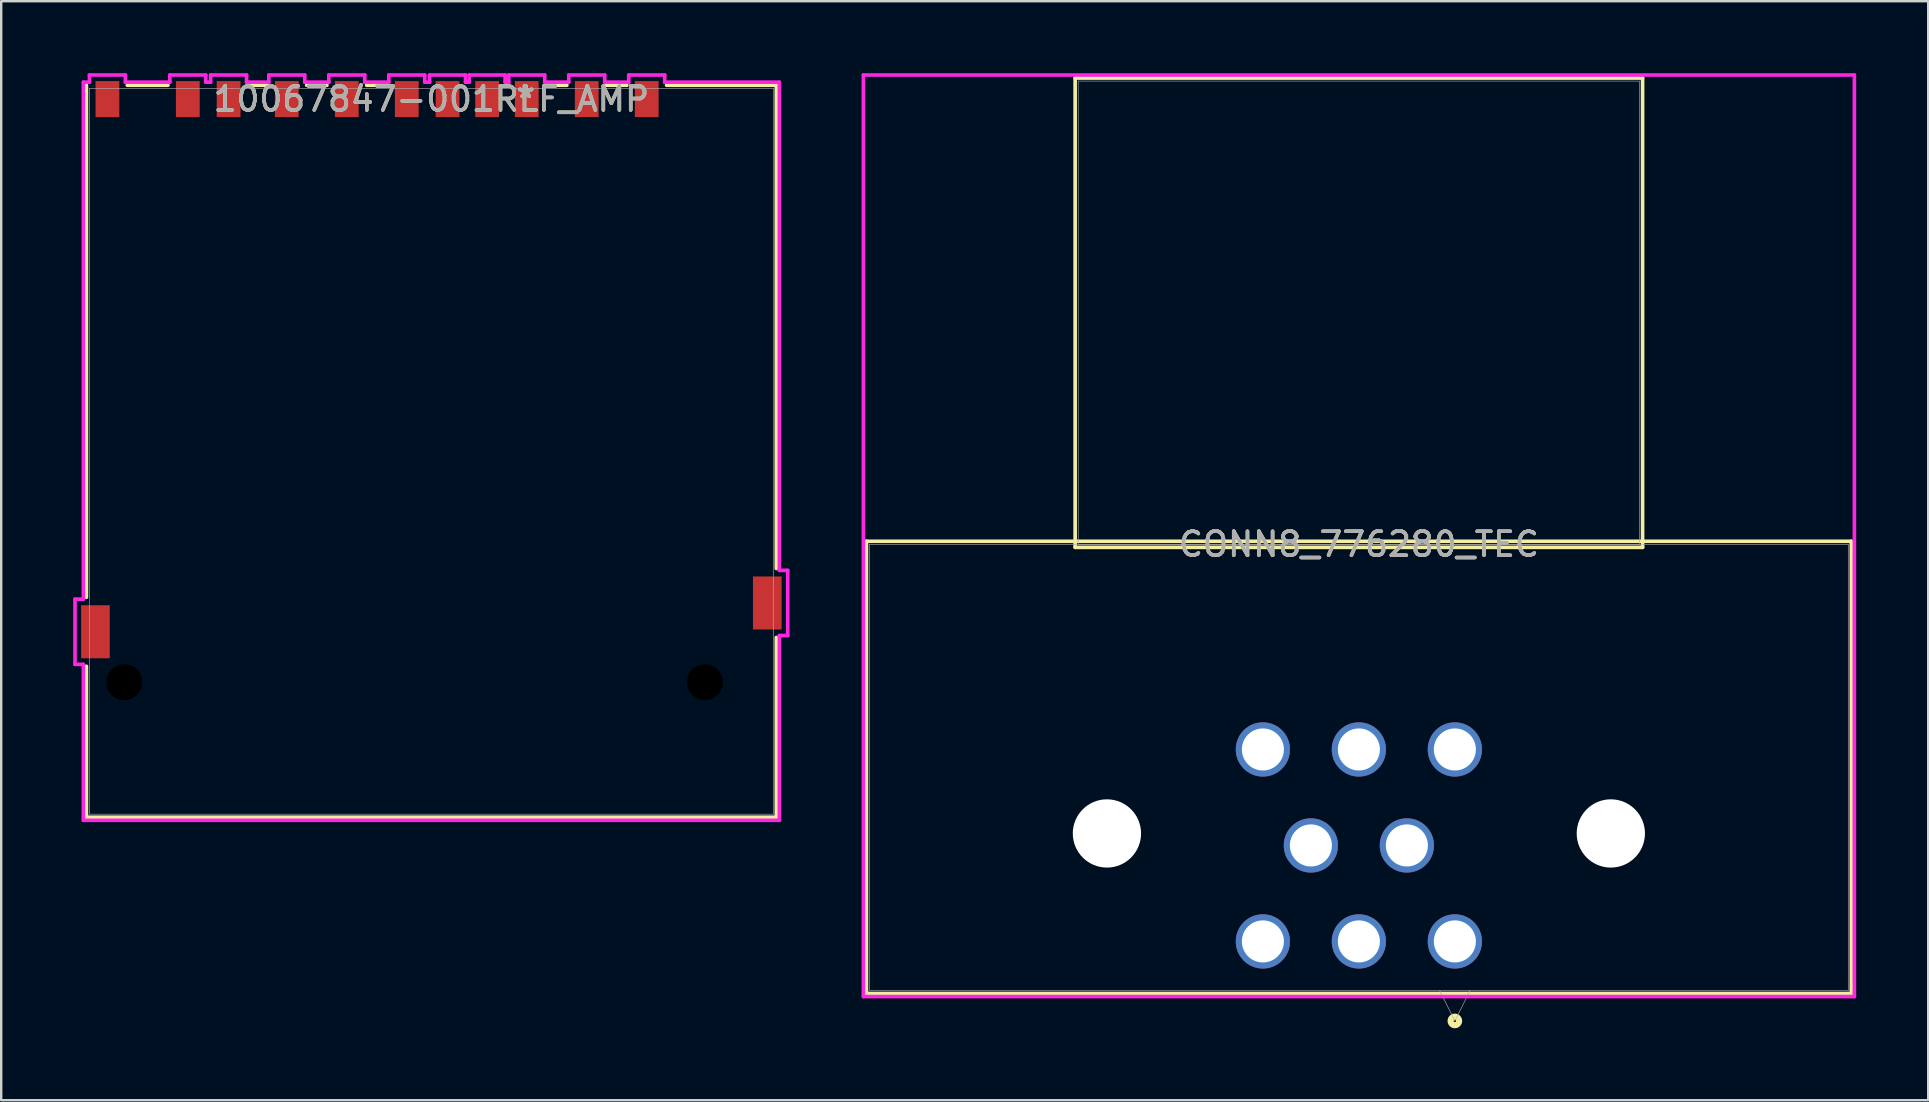
<source format=kicad_pcb>
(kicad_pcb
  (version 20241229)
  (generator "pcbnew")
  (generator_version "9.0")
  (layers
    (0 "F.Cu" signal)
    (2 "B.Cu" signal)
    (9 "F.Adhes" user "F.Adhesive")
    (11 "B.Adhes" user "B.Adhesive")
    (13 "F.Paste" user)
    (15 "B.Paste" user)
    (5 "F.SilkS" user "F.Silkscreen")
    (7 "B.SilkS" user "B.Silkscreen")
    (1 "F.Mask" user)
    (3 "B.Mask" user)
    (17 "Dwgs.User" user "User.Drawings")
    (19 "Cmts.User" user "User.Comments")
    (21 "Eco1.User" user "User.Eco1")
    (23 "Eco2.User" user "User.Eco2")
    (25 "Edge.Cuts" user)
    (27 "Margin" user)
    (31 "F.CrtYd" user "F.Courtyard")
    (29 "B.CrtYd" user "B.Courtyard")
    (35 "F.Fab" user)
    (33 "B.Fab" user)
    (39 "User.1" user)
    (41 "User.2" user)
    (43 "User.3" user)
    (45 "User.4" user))
  (footprint "10067847-001RLF_AMP"
    (layer "F.Cu")
    (at 14.927 15.755)
    (property "Reference" "10067847-001RLF_AMP" (at 0 -14.676 0) (unlocked yes) (layer "F.SilkS") (effects (font (size 1 1) (thickness 0.15))))
    (attr smd)
    (fp_line (start -14.376 -15.253) (end -14.376 6.087) (stroke (width 0.152) (type solid)) (layer "F.SilkS"))
    (fp_line (start -14.376 8.962) (end -14.376 15.253) (stroke (width 0.152) (type solid)) (layer "F.SilkS"))
    (fp_line (start -14.376 15.253) (end 14.376 15.253) (stroke (width 0.152) (type solid)) (layer "F.SilkS"))
    (fp_line (start -10.978 -15.253) (end -12.672 -15.253) (stroke (width 0.152) (type solid)) (layer "F.SilkS"))
    (fp_line (start -6.853 -15.253) (end -7.622 -15.253) (stroke (width 0.152) (type solid)) (layer "F.SilkS"))
    (fp_line (start -4.353 -15.253) (end -5.197 -15.253) (stroke (width 0.152) (type solid)) (layer "F.SilkS"))
    (fp_line (start -1.853 -15.253) (end -2.697 -15.253) (stroke (width 0.152) (type solid)) (layer "F.SilkS"))
    (fp_line (start 5.647 -15.253) (end 4.803 -15.253) (stroke (width 0.152) (type solid)) (layer "F.SilkS"))
    (fp_line (start 8.147 -15.253) (end 7.303 -15.253) (stroke (width 0.152) (type solid)) (layer "F.SilkS"))
    (fp_line (start 14.376 -15.253) (end 9.803 -15.253) (stroke (width 0.152) (type solid)) (layer "F.SilkS"))
    (fp_line (start 14.376 4.887) (end 14.376 -15.253) (stroke (width 0.152) (type solid)) (layer "F.SilkS"))
    (fp_line (start 14.376 15.253) (end 14.376 7.762) (stroke (width 0.152) (type solid)) (layer "F.SilkS"))
    (fp_line (start -14.851 6.165) (end -14.851 8.883) (stroke (width 0.152) (type solid)) (layer "F.CrtYd"))
    (fp_line (start -14.851 8.883) (end -14.503 8.883) (stroke (width 0.152) (type solid)) (layer "F.CrtYd"))
    (fp_line (start -14.503 -15.38) (end -14.503 6.165) (stroke (width 0.152) (type solid)) (layer "F.CrtYd"))
    (fp_line (start -14.503 6.165) (end -14.851 6.165) (stroke (width 0.152) (type solid)) (layer "F.CrtYd"))
    (fp_line (start -14.503 8.883) (end -14.503 15.38) (stroke (width 0.152) (type solid)) (layer "F.CrtYd"))
    (fp_line (start -14.503 15.38) (end 14.503 15.38) (stroke (width 0.152) (type solid)) (layer "F.CrtYd"))
    (fp_line (start -14.249 -15.679) (end -14.249 -15.38) (stroke (width 0.152) (type solid)) (layer "F.CrtYd"))
    (fp_line (start -14.249 -15.38) (end -14.503 -15.38) (stroke (width 0.152) (type solid)) (layer "F.CrtYd"))
    (fp_line (start -12.751 -15.679) (end -14.249 -15.679) (stroke (width 0.152) (type solid)) (layer "F.CrtYd"))
    (fp_line (start -12.751 -15.38) (end -12.751 -15.679) (stroke (width 0.152) (type solid)) (layer "F.CrtYd"))
    (fp_line (start -10.899 -15.679) (end -10.899 -15.38) (stroke (width 0.152) (type solid)) (layer "F.CrtYd"))
    (fp_line (start -10.899 -15.38) (end -12.751 -15.38) (stroke (width 0.152) (type solid)) (layer "F.CrtYd"))
    (fp_line (start -9.401 -15.679) (end -10.899 -15.679) (stroke (width 0.152) (type solid)) (layer "F.CrtYd"))
    (fp_line (start -9.401 -15.38) (end -9.401 -15.679) (stroke (width 0.152) (type solid)) (layer "F.CrtYd"))
    (fp_line (start -9.199 -15.679) (end -9.199 -15.38) (stroke (width 0.152) (type solid)) (layer "F.CrtYd"))
    (fp_line (start -9.199 -15.38) (end -9.401 -15.38) (stroke (width 0.152) (type solid)) (layer "F.CrtYd"))
    (fp_line (start -7.701 -15.679) (end -9.199 -15.679) (stroke (width 0.152) (type solid)) (layer "F.CrtYd"))
    (fp_line (start -7.701 -15.38) (end -7.701 -15.679) (stroke (width 0.152) (type solid)) (layer "F.CrtYd"))
    (fp_line (start -6.774 -15.679) (end -6.774 -15.38) (stroke (width 0.152) (type solid)) (layer "F.CrtYd"))
    (fp_line (start -6.774 -15.38) (end -7.701 -15.38) (stroke (width 0.152) (type solid)) (layer "F.CrtYd"))
    (fp_line (start -5.276 -15.679) (end -6.774 -15.679) (stroke (width 0.152) (type solid)) (layer "F.CrtYd"))
    (fp_line (start -5.276 -15.38) (end -5.276 -15.679) (stroke (width 0.152) (type solid)) (layer "F.CrtYd"))
    (fp_line (start -4.274 -15.679) (end -4.274 -15.38) (stroke (width 0.152) (type solid)) (layer "F.CrtYd"))
    (fp_line (start -4.274 -15.38) (end -5.276 -15.38) (stroke (width 0.152) (type solid)) (layer "F.CrtYd"))
    (fp_line (start -2.776 -15.679) (end -4.274 -15.679) (stroke (width 0.152) (type solid)) (layer "F.CrtYd"))
    (fp_line (start -2.776 -15.38) (end -2.776 -15.679) (stroke (width 0.152) (type solid)) (layer "F.CrtYd"))
    (fp_line (start -1.774 -15.679) (end -1.774 -15.38) (stroke (width 0.152) (type solid)) (layer "F.CrtYd"))
    (fp_line (start -1.774 -15.38) (end -2.776 -15.38) (stroke (width 0.152) (type solid)) (layer "F.CrtYd"))
    (fp_line (start -0.276 -15.679) (end -1.774 -15.679) (stroke (width 0.152) (type solid)) (layer "F.CrtYd"))
    (fp_line (start -0.276 -15.38) (end -0.276 -15.679) (stroke (width 0.152) (type solid)) (layer "F.CrtYd"))
    (fp_line (start -0.074 -15.679) (end -0.074 -15.38) (stroke (width 0.152) (type solid)) (layer "F.CrtYd"))
    (fp_line (start -0.074 -15.38) (end -0.276 -15.38) (stroke (width 0.152) (type solid)) (layer "F.CrtYd"))
    (fp_line (start 1.424 -15.679) (end -0.074 -15.679) (stroke (width 0.152) (type solid)) (layer "F.CrtYd"))
    (fp_line (start 1.424 -15.38) (end 1.424 -15.679) (stroke (width 0.152) (type solid)) (layer "F.CrtYd"))
    (fp_line (start 1.576 -15.679) (end 1.576 -15.38) (stroke (width 0.152) (type solid)) (layer "F.CrtYd"))
    (fp_line (start 1.576 -15.38) (end 1.424 -15.38) (stroke (width 0.152) (type solid)) (layer "F.CrtYd"))
    (fp_line (start 3.074 -15.679) (end 1.576 -15.679) (stroke (width 0.152) (type solid)) (layer "F.CrtYd"))
    (fp_line (start 3.074 -15.38) (end 3.074 -15.679) (stroke (width 0.152) (type solid)) (layer "F.CrtYd"))
    (fp_line (start 3.226 -15.679) (end 3.226 -15.38) (stroke (width 0.152) (type solid)) (layer "F.CrtYd"))
    (fp_line (start 3.226 -15.38) (end 3.074 -15.38) (stroke (width 0.152) (type solid)) (layer "F.CrtYd"))
    (fp_line (start 4.724 -15.679) (end 3.226 -15.679) (stroke (width 0.152) (type solid)) (layer "F.CrtYd"))
    (fp_line (start 4.724 -15.38) (end 4.724 -15.679) (stroke (width 0.152) (type solid)) (layer "F.CrtYd"))
    (fp_line (start 5.726 -15.679) (end 5.726 -15.38) (stroke (width 0.152) (type solid)) (layer "F.CrtYd"))
    (fp_line (start 5.726 -15.38) (end 4.724 -15.38) (stroke (width 0.152) (type solid)) (layer "F.CrtYd"))
    (fp_line (start 7.224 -15.679) (end 5.726 -15.679) (stroke (width 0.152) (type solid)) (layer "F.CrtYd"))
    (fp_line (start 7.224 -15.38) (end 7.224 -15.679) (stroke (width 0.152) (type solid)) (layer "F.CrtYd"))
    (fp_line (start 8.226 -15.679) (end 8.226 -15.38) (stroke (width 0.152) (type solid)) (layer "F.CrtYd"))
    (fp_line (start 8.226 -15.38) (end 7.224 -15.38) (stroke (width 0.152) (type solid)) (layer "F.CrtYd"))
    (fp_line (start 9.724 -15.679) (end 8.226 -15.679) (stroke (width 0.152) (type solid)) (layer "F.CrtYd"))
    (fp_line (start 9.724 -15.38) (end 9.724 -15.679) (stroke (width 0.152) (type solid)) (layer "F.CrtYd"))
    (fp_line (start 14.503 -15.38) (end 9.724 -15.38) (stroke (width 0.152) (type solid)) (layer "F.CrtYd"))
    (fp_line (start 14.503 4.965) (end 14.503 -15.38) (stroke (width 0.152) (type solid)) (layer "F.CrtYd"))
    (fp_line (start 14.503 7.683) (end 14.851 7.683) (stroke (width 0.152) (type solid)) (layer "F.CrtYd"))
    (fp_line (start 14.503 15.38) (end 14.503 7.683) (stroke (width 0.152) (type solid)) (layer "F.CrtYd"))
    (fp_line (start 14.851 4.965) (end 14.503 4.965) (stroke (width 0.152) (type solid)) (layer "F.CrtYd"))
    (fp_line (start 14.851 7.683) (end 14.851 4.965) (stroke (width 0.152) (type solid)) (layer "F.CrtYd"))
    (fp_line (start -14.249 -15.126) (end -14.249 15.126) (stroke (width 0.025) (type solid)) (layer "F.Fab"))
    (fp_line (start -14.249 15.126) (end 14.249 15.126) (stroke (width 0.025) (type solid)) (layer "F.Fab"))
    (fp_line (start 0 -15.126) (end 0 -15.126) (stroke (width 0.025) (type solid)) (layer "F.Fab"))
    (fp_line (start 0 -15.126) (end 0 -15.126) (stroke (width 0.025) (type solid)) (layer "F.Fab"))
    (fp_line (start 0 -15.126) (end 0 -15.126) (stroke (width 0.025) (type solid)) (layer "F.Fab"))
    (fp_line (start 0 -15.126) (end 0 -15.126) (stroke (width 0.025) (type solid)) (layer "F.Fab"))
    (fp_line (start 14.249 -15.126) (end -14.249 -15.126) (stroke (width 0.025) (type solid)) (layer "F.Fab"))
    (fp_line (start 14.249 15.126) (end 14.249 -15.126) (stroke (width 0.025) (type solid)) (layer "F.Fab"))
    (fp_text user "*" (at 3.935 -14.676 0) (layer "F.SilkS") (effects (font (size 1 1) (thickness 0.15))))
    (fp_text user "*" (at 3.935 -14.676 0) (unlocked yes) (layer "F.SilkS") (effects (font (size 1 1) (thickness 0.15))))
    (fp_text user "${REFERENCE}" (at 0 -14.676 0) (unlocked yes) (layer "F.Fab") (effects (font (size 1 1) (thickness 0.15))))
    (fp_text user "*" (at 3.935 -14.676 0) (unlocked yes) (layer "F.Fab") (effects (font (size 1 1) (thickness 0.15))))
    (fp_text user "*" (at 3.935 -14.676 0) (layer "F.Fab") (effects (font (size 1 1) (thickness 0.15))))
    (pad "" np_thru_hole circle (at -12.8 9.624) (size 1.499 1.499) (drill 1.499) (layers))
    (pad "" np_thru_hole circle (at 11.4 9.624) (size 1.499 1.499) (drill 1.499) (layers))
    (pad "1" smd rect (at 6.475 -14.676) (size 0.991 1.499) (layers "F.Cu" "F.Mask" "F.Paste"))
    (pad "2" smd rect (at 3.975 -14.676) (size 0.991 1.499) (layers "F.Cu" "F.Mask" "F.Paste"))
    (pad "3" smd rect (at 0.675 -14.676) (size 0.991 1.499) (layers "F.Cu" "F.Mask" "F.Paste"))
    (pad "4" smd rect (at -1.025 -14.676) (size 0.991 1.499) (layers "F.Cu" "F.Mask" "F.Paste"))
    (pad "5" smd rect (at -3.525 -14.676) (size 0.991 1.499) (layers "F.Cu" "F.Mask" "F.Paste"))
    (pad "6" smd rect (at -6.025 -14.676) (size 0.991 1.499) (layers "F.Cu" "F.Mask" "F.Paste"))
    (pad "7" smd rect (at -8.45 -14.676) (size 0.991 1.499) (layers "F.Cu" "F.Mask" "F.Paste"))
    (pad "8" smd rect (at -10.15 -14.676) (size 0.991 1.499) (layers "F.Cu" "F.Mask" "F.Paste"))
    (pad "9" smd rect (at 8.975 -14.676) (size 0.991 1.499) (layers "F.Cu" "F.Mask" "F.Paste"))
    (pad "10" smd rect (at -14 7.524) (size 1.194 2.21) (layers "F.Cu" "F.Mask" "F.Paste"))
    (pad "11" smd rect (at 14 6.324) (size 1.194 2.21) (layers "F.Cu" "F.Mask" "F.Paste"))
    (pad "CD1" smd rect (at 2.325 -14.676) (size 0.991 1.499) (layers "F.Cu" "F.Mask" "F.Paste"))
    (pad "WP1" smd rect (at -13.5 -14.676) (size 0.991 1.499) (layers "F.Cu" "F.Mask" "F.Paste")))
  (footprint "CONN8_776280_TEC"
    (layer "F.Cu")
    (at 57.581 36.184)
    (property "Reference" "CONN8_776280_TEC" (at -4 -16.55 0) (unlocked yes) (layer "F.SilkS") (effects (font (size 1 1) (thickness 0.15))))
    (attr through_hole)
    (fp_line (start -24.523 -16.677) (end -24.523 2.17) (stroke (width 0.152) (type solid)) (layer "F.SilkS"))
    (fp_line (start -24.523 2.17) (end 16.523 2.17) (stroke (width 0.152) (type solid)) (layer "F.SilkS"))
    (fp_line (start -15.824 -35.981) (end -15.824 -16.423) (stroke (width 0.152) (type solid)) (layer "F.SilkS"))
    (fp_line (start -15.824 -16.423) (end 7.824 -16.423) (stroke (width 0.152) (type solid)) (layer "F.SilkS"))
    (fp_line (start 7.824 -35.981) (end -15.824 -35.981) (stroke (width 0.152) (type solid)) (layer "F.SilkS"))
    (fp_line (start 7.824 -16.423) (end 7.824 -35.981) (stroke (width 0.152) (type solid)) (layer "F.SilkS"))
    (fp_line (start 16.523 -16.677) (end -24.523 -16.677) (stroke (width 0.152) (type solid)) (layer "F.SilkS"))
    (fp_line (start 16.523 2.17) (end 16.523 -16.677) (stroke (width 0.152) (type solid)) (layer "F.SilkS"))
    (fp_circle (center 0 3.313) (end 0.178 3.313) (stroke (width 0.254) (type solid)) (fill no) (layer "F.SilkS"))
    (fp_line (start -24.65 -36.108) (end -24.65 2.297) (stroke (width 0.152) (type solid)) (layer "F.CrtYd"))
    (fp_line (start -24.65 2.297) (end 16.65 2.297) (stroke (width 0.152) (type solid)) (layer "F.CrtYd"))
    (fp_line (start 16.65 -36.108) (end -24.65 -36.108) (stroke (width 0.152) (type solid)) (layer "F.CrtYd"))
    (fp_line (start 16.65 2.297) (end 16.65 -36.108) (stroke (width 0.152) (type solid)) (layer "F.CrtYd"))
    (fp_line (start -24.396 -16.55) (end -24.396 2.043) (stroke (width 0.025) (type solid)) (layer "F.Fab"))
    (fp_line (start -24.396 2.043) (end 16.396 2.043) (stroke (width 0.025) (type solid)) (layer "F.Fab"))
    (fp_line (start -15.697 -35.854) (end -15.697 -16.55) (stroke (width 0.025) (type solid)) (layer "F.Fab"))
    (fp_line (start -15.697 -16.55) (end 7.697 -16.55) (stroke (width 0.025) (type solid)) (layer "F.Fab"))
    (fp_line (start -0.635 2.043) (end 0 3.313) (stroke (width 0.025) (type solid)) (layer "F.Fab"))
    (fp_line (start 0.635 2.043) (end 0 3.313) (stroke (width 0.025) (type solid)) (layer "F.Fab"))
    (fp_line (start 7.697 -35.854) (end -15.697 -35.854) (stroke (width 0.025) (type solid)) (layer "F.Fab"))
    (fp_line (start 7.697 -16.55) (end 7.697 -35.854) (stroke (width 0.025) (type solid)) (layer "F.Fab"))
    (fp_line (start 16.396 -16.55) (end -24.396 -16.55) (stroke (width 0.025) (type solid)) (layer "F.Fab"))
    (fp_line (start 16.396 2.043) (end 16.396 -16.55) (stroke (width 0.025) (type solid)) (layer "F.Fab"))
    (fp_text user "${REFERENCE}" (at -4 -16.55 0) (unlocked yes) (layer "F.Fab") (effects (font (size 1 1) (thickness 0.15))))
    (pad "" np_thru_hole circle (at -14.5 -4.5) (size 2.845 2.845) (drill 2.845) (layers "*.Cu" "*.Mask"))
    (pad "" np_thru_hole circle (at 6.5 -4.5) (size 2.845 2.845) (drill 2.845) (layers "*.Cu" "*.Mask"))
    (pad "1" thru_hole circle (at 0 0) (size 2.261 2.261) (drill 1.753) (layers "*.Cu" "*.Mask"))
    (pad "2" thru_hole circle (at -4 0) (size 2.261 2.261) (drill 1.753) (layers "*.Cu" "*.Mask"))
    (pad "3" thru_hole circle (at -8 0) (size 2.261 2.261) (drill 1.753) (layers "*.Cu" "*.Mask"))
    (pad "4" thru_hole circle (at -2 -4) (size 2.261 2.261) (drill 1.753) (layers "*.Cu" "*.Mask"))
    (pad "5" thru_hole circle (at -6 -4) (size 2.261 2.261) (drill 1.753) (layers "*.Cu" "*.Mask"))
    (pad "6" thru_hole circle (at 0 -8) (size 2.261 2.261) (drill 1.753) (layers "*.Cu" "*.Mask"))
    (pad "7" thru_hole circle (at -4 -8) (size 2.261 2.261) (drill 1.753) (layers "*.Cu" "*.Mask"))
    (pad "8" thru_hole circle (at -8 -8) (size 2.261 2.261) (drill 1.753) (layers "*.Cu" "*.Mask")))
  (gr_rect
    (start -3 -3)
    (end 77.307 42.802)
    (stroke (width 0.1) (type default))
    (fill no)
    (layer "Edge.Cuts")))
</source>
